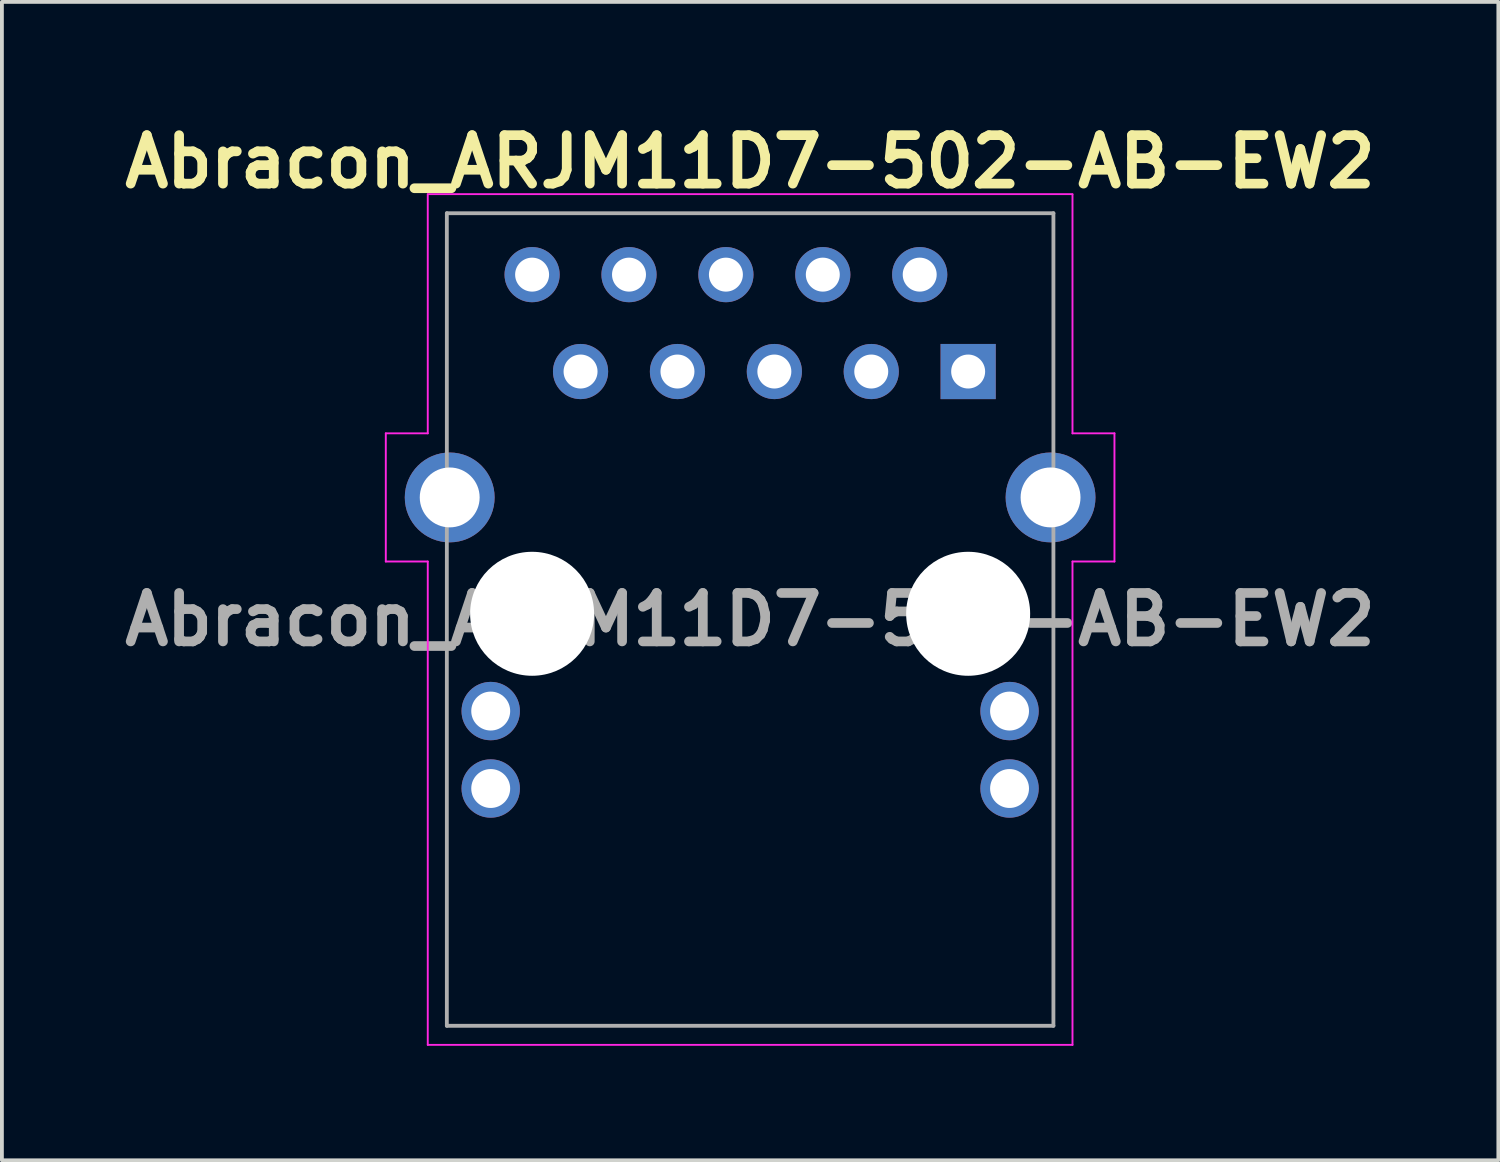
<source format=kicad_pcb>
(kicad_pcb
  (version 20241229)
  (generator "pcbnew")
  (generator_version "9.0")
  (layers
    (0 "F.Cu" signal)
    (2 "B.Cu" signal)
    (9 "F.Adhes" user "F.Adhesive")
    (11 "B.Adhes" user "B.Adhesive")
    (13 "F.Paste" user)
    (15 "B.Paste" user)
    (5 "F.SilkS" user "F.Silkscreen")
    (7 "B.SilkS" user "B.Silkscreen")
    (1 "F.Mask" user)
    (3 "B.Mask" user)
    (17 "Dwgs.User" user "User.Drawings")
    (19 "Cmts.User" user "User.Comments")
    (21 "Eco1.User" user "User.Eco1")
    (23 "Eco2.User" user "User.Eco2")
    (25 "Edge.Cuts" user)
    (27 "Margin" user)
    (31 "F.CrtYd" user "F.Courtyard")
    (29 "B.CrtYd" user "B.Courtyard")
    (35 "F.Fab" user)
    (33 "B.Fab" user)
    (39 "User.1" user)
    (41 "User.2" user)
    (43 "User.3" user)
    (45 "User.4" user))
  (footprint "Abracon_ARJM11D7-502-AB-EW2"
    (layer "F.Cu")
    (at 16.613 13.189)
    (property "Reference" "Abracon_ARJM11D7-502-AB-EW2" (at 0 -12 0) (layer "F.SilkS") (effects (font (size 1.27 1.27) (thickness 0.254))))
    (attr through_hole)
    (fp_line (start -9.55 -4.88) (end -9.55 -1.52) (stroke (width 0.05) (type solid)) (layer "F.CrtYd"))
    (fp_line (start -9.55 -4.88) (end -8.45 -4.88) (stroke (width 0.05) (type solid)) (layer "F.CrtYd"))
    (fp_line (start -9.55 -1.52) (end -8.45 -1.52) (stroke (width 0.05) (type solid)) (layer "F.CrtYd"))
    (fp_line (start -8.45 -11.15) (end 8.45 -11.15) (stroke (width 0.05) (type solid)) (layer "F.CrtYd"))
    (fp_line (start -8.45 -11.14) (end -8.45 -4.88) (stroke (width 0.05) (type solid)) (layer "F.CrtYd"))
    (fp_line (start -8.45 11.15) (end -8.45 -1.52) (stroke (width 0.05) (type solid)) (layer "F.CrtYd"))
    (fp_line (start 8.45 -11.14) (end 8.45 -4.88) (stroke (width 0.05) (type solid)) (layer "F.CrtYd"))
    (fp_line (start 8.45 -4.88) (end 9.55 -4.88) (stroke (width 0.05) (type solid)) (layer "F.CrtYd"))
    (fp_line (start 8.45 -1.52) (end 8.45 11.15) (stroke (width 0.05) (type solid)) (layer "F.CrtYd"))
    (fp_line (start 8.45 -1.52) (end 9.55 -1.52) (stroke (width 0.05) (type solid)) (layer "F.CrtYd"))
    (fp_line (start 8.45 11.15) (end -8.45 11.15) (stroke (width 0.05) (type solid)) (layer "F.CrtYd"))
    (fp_line (start 9.55 -4.88) (end 9.55 -1.52) (stroke (width 0.05) (type solid)) (layer "F.CrtYd"))
    (fp_line (start -7.95 -10.65) (end -7.95 10.65) (stroke (width 0.1) (type solid)) (layer "F.Fab"))
    (fp_line (start -7.95 10.65) (end 7.95 10.65) (stroke (width 0.1) (type solid)) (layer "F.Fab"))
    (fp_line (start 7.95 -10.65) (end -7.95 -10.65) (stroke (width 0.1) (type solid)) (layer "F.Fab"))
    (fp_line (start 7.95 10.65) (end 7.95 -10.65) (stroke (width 0.1) (type solid)) (layer "F.Fab"))
    (fp_text user "${REFERENCE}" (at 0 0 0) (layer "F.Fab") (effects (font (size 1.27 1.27) (thickness 0.254))))
    (pad "" np_thru_hole circle (at -5.715 -0.15) (size 3.25 3.25) (drill 3.25) (layers "*.Cu" "*.Mask"))
    (pad "" np_thru_hole circle (at 5.715 -0.15) (size 3.25 3.25) (drill 3.25) (layers "*.Cu" "*.Mask"))
    (pad "1" thru_hole rect (at 5.715 -6.5) (size 1.446 1.446) (drill 0.89) (layers "*.Cu" "*.Mask"))
    (pad "2" thru_hole circle (at 4.445 -9.04) (size 1.446 1.446) (drill 0.89) (layers "*.Cu" "*.Mask"))
    (pad "3" thru_hole circle (at 3.175 -6.5) (size 1.446 1.446) (drill 0.89) (layers "*.Cu" "*.Mask"))
    (pad "4" thru_hole circle (at 1.905 -9.04) (size 1.446 1.446) (drill 0.89) (layers "*.Cu" "*.Mask"))
    (pad "5" thru_hole circle (at 0.635 -6.5) (size 1.446 1.446) (drill 0.89) (layers "*.Cu" "*.Mask"))
    (pad "6" thru_hole circle (at -0.635 -9.04) (size 1.446 1.446) (drill 0.89) (layers "*.Cu" "*.Mask"))
    (pad "7" thru_hole circle (at -1.905 -6.5) (size 1.446 1.446) (drill 0.89) (layers "*.Cu" "*.Mask"))
    (pad "8" thru_hole circle (at -3.175 -9.04) (size 1.446 1.446) (drill 0.89) (layers "*.Cu" "*.Mask"))
    (pad "9" thru_hole circle (at -4.445 -6.5) (size 1.446 1.446) (drill 0.89) (layers "*.Cu" "*.Mask"))
    (pad "10" thru_hole circle (at -5.715 -9.04) (size 1.446 1.446) (drill 0.89) (layers "*.Cu" "*.Mask"))
    (pad "11" thru_hole circle (at -6.8 2.4) (size 1.53 1.53) (drill 1.02) (layers "*.Cu" "*.Mask"))
    (pad "12" thru_hole circle (at -6.8 4.43) (size 1.53 1.53) (drill 1.02) (layers "*.Cu" "*.Mask"))
    (pad "13" thru_hole circle (at 6.8 2.4) (size 1.53 1.53) (drill 1.02) (layers "*.Cu" "*.Mask"))
    (pad "14" thru_hole circle (at 6.8 4.43) (size 1.53 1.53) (drill 1.02) (layers "*.Cu" "*.Mask"))
    (pad "SH" thru_hole circle (at -7.875 -3.2) (size 2.355 2.355) (drill 1.57) (layers "*.Cu" "*.Mask"))
    (pad "SH" thru_hole circle (at 7.875 -3.2) (size 2.355 2.355) (drill 1.57) (layers "*.Cu" "*.Mask")))
  (gr_rect
    (start -3 -3)
    (end 36.226 27.364)
    (stroke (width 0.1) (type default))
    (fill no)
    (layer "Edge.Cuts")))
</source>
